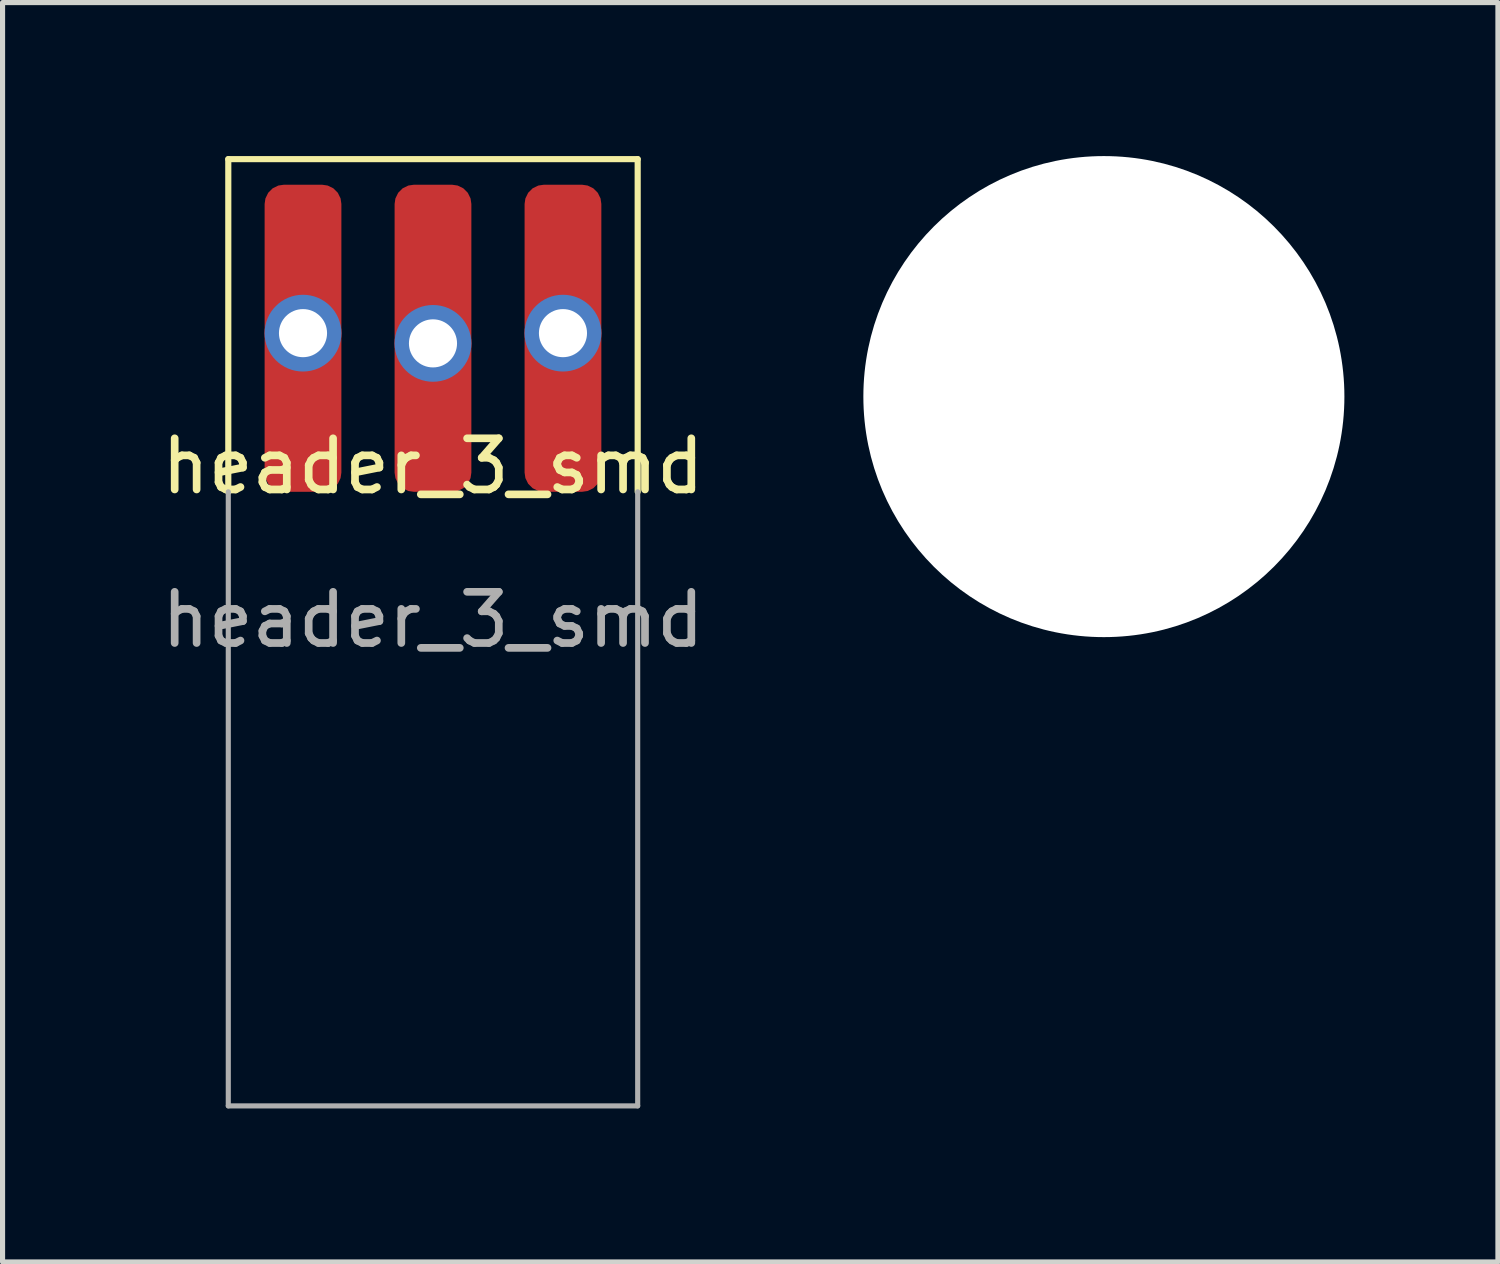
<source format=kicad_pcb>
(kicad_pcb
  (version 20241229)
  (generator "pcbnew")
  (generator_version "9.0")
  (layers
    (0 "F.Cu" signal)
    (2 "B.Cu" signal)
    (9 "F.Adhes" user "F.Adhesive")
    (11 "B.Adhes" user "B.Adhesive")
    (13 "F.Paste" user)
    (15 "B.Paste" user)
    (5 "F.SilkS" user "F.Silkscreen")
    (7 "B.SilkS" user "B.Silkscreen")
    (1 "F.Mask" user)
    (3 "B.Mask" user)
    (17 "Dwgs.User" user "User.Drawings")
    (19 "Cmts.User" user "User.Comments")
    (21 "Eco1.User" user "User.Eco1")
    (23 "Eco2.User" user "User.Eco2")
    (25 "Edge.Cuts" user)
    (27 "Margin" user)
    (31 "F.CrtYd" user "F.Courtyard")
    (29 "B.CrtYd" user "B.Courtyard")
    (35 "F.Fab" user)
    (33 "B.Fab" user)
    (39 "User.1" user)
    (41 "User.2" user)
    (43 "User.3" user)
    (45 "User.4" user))
  (footprint "hole_9.4"
    (layer "F.Cu")
    (at 18.521 4.7)
    (property "Reference" "hole_9.4" (at 0 -0.5 0) (unlocked yes) (layer "F.SilkS") (effects (font (size 1 1) (thickness 0.15))))
    (attr through_hole)
    (fp_text user "${REFERENCE}" (at 0 2.5 0) (unlocked yes) (layer "F.Fab") (effects (font (size 1 1) (thickness 0.15))))
    (pad "" np_thru_hole circle (at 0 0) (size 9.4 9.4) (drill 9.4) (layers "*.Cu" "*.Mask")))
  (footprint "header_3_smd"
    (layer "F.Cu")
    (at 5.411 6.56)
    (property "Reference" "header_3_smd" (at 0 -0.5 0) (unlocked yes) (layer "F.SilkS") (effects (font (size 1 1) (thickness 0.15))))
    (attr smd)
    (fp_line (start -4 -6.5) (end 4 -6.5) (stroke (width 0.12) (type solid)) (layer "F.SilkS"))
    (fp_line (start -4 0) (end -4 -6.5) (stroke (width 0.12) (type solid)) (layer "F.SilkS"))
    (fp_line (start 4 -6.5) (end 4 0) (stroke (width 0.12) (type solid)) (layer "F.SilkS"))
    (fp_line (start -4 0) (end -4 12) (stroke (width 0.1) (type solid)) (layer "F.Fab"))
    (fp_line (start -4 12) (end 4 12) (stroke (width 0.1) (type solid)) (layer "F.Fab"))
    (fp_line (start 4 12) (end 4 0) (stroke (width 0.1) (type solid)) (layer "F.Fab"))
    (fp_text user "${REFERENCE}" (at 0 2.5 0) (unlocked yes) (layer "F.Fab") (effects (font (size 1 1) (thickness 0.15))))
    (pad "1" thru_hole circle (at -2.54 -3.1) (size 1.5 1.5) (drill 0.94) (layers "*.Cu" "*.Mask"))
    (pad "1" smd roundrect (at -2.54 -3) (size 1.5 6) (layers "F.Cu" "F.Mask" "F.Paste") (roundrect_rratio 0.25))
    (pad "2" smd roundrect (at 0 -3) (size 1.5 6) (layers "F.Cu" "F.Mask" "F.Paste") (roundrect_rratio 0.25))
    (pad "2" thru_hole circle (at 0 -2.9) (size 1.5 1.5) (drill 0.94) (layers "*.Cu" "*.Mask"))
    (pad "3" thru_hole circle (at 2.54 -3.1) (size 1.5 1.5) (drill 0.94) (layers "*.Cu" "*.Mask"))
    (pad "3" smd roundrect (at 2.54 -3) (size 1.5 6) (layers "F.Cu" "F.Mask" "F.Paste") (roundrect_rratio 0.25)))
  (gr_rect
    (start -3 -3)
    (end 26.221 21.61)
    (stroke (width 0.1) (type default))
    (fill no)
    (layer "Edge.Cuts")))
</source>
